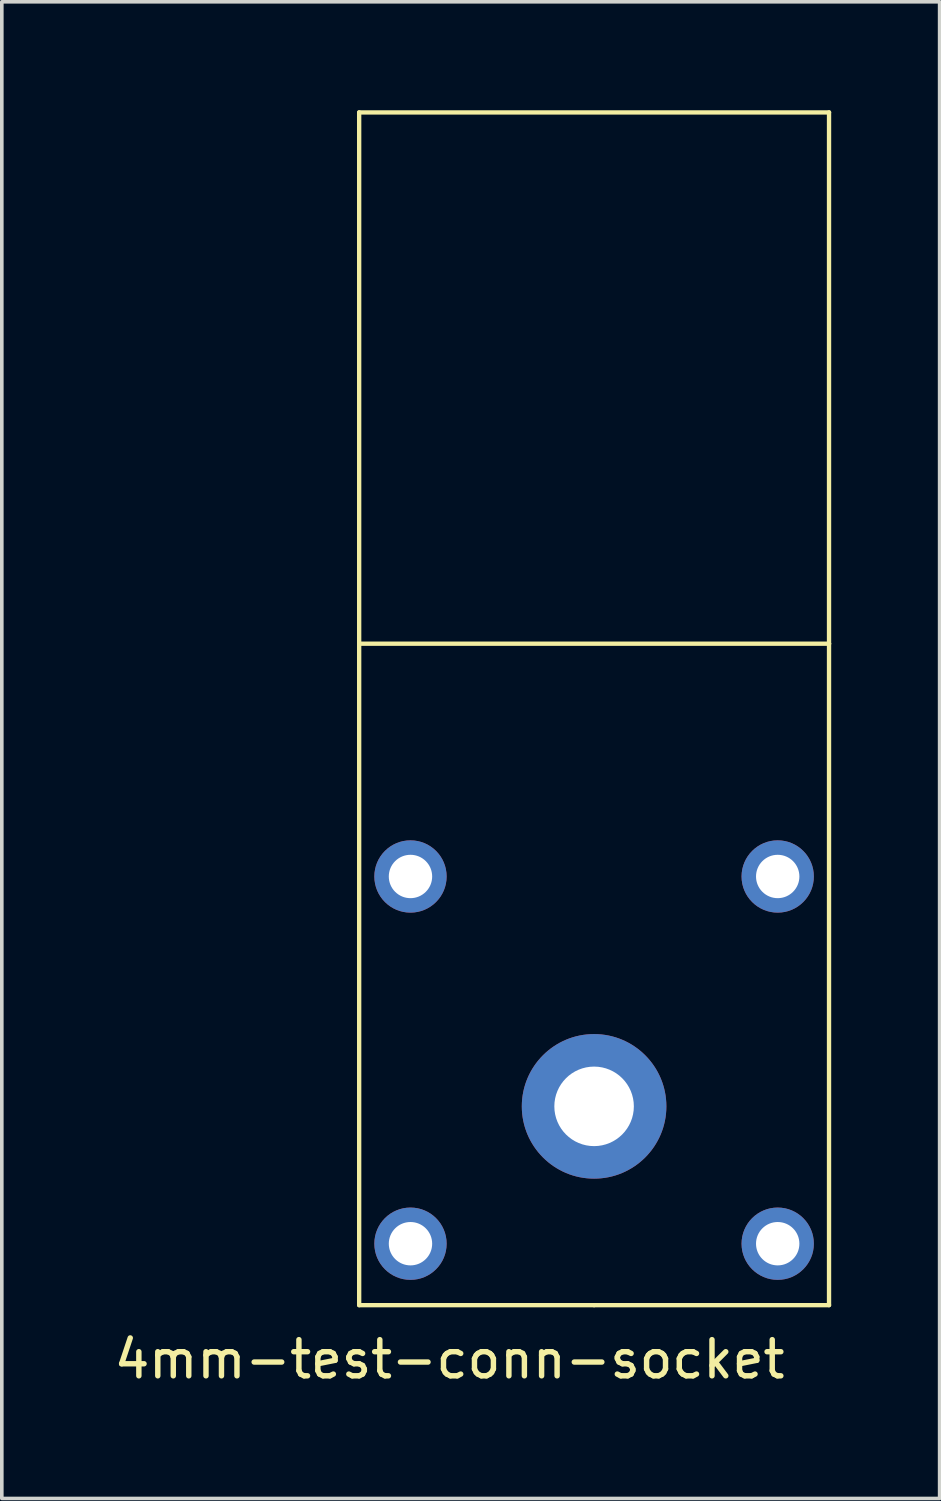
<source format=kicad_pcb>
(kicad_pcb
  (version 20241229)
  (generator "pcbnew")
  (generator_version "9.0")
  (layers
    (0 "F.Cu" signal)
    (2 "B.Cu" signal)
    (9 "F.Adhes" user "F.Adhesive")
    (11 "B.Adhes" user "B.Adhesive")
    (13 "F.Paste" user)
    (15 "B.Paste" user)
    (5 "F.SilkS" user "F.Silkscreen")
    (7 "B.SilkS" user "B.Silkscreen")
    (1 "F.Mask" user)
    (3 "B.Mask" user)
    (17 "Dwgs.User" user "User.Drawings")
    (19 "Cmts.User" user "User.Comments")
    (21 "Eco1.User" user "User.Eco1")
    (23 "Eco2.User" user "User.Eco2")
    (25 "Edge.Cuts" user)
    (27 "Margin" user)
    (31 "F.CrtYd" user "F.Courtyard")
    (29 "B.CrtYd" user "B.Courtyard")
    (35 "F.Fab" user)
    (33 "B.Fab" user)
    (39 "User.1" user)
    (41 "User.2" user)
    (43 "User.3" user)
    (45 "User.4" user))
  (footprint "4mm-test-conn-socket"
    (layer "F.Cu")
    (at 13.387 27.56)
    (property "Reference" "4mm-test-conn-socket" (at -4 7 0) (layer "F.SilkS") (effects (font (size 1 1) (thickness 0.15))))
    (attr through_hole)
    (fp_line (start -6.5 -27.5) (end 6.5 -27.5) (stroke (width 0.12) (type solid)) (layer "F.SilkS"))
    (fp_line (start -6.5 -12.8) (end -6.5 -27.5) (stroke (width 0.12) (type solid)) (layer "F.SilkS"))
    (fp_line (start -6.5 -12.8) (end 6.5 -12.8) (stroke (width 0.12) (type solid)) (layer "F.SilkS"))
    (fp_line (start -6.5 5.5) (end -6.5 -12.8) (stroke (width 0.12) (type solid)) (layer "F.SilkS"))
    (fp_line (start 0 5.5) (end -6.5 5.5) (stroke (width 0.12) (type solid)) (layer "F.SilkS"))
    (fp_line (start 0 5.5) (end 6.5 5.5) (stroke (width 0.12) (type solid)) (layer "F.SilkS"))
    (fp_line (start 6.5 -12.8) (end 6.5 -27.5) (stroke (width 0.12) (type solid)) (layer "F.SilkS"))
    (fp_line (start 6.5 5.5) (end 6.5 -12.8) (stroke (width 0.12) (type solid)) (layer "F.SilkS"))
    (pad "" thru_hole circle (at -5.08 -6.36) (size 2 2) (drill 1.2) (layers "*.Cu" "*.Mask"))
    (pad "" thru_hole circle (at -5.08 3.8) (size 2 2) (drill 1.2) (layers "*.Cu" "*.Mask"))
    (pad "" thru_hole circle (at 5.08 -6.36) (size 2 2) (drill 1.2) (layers "*.Cu" "*.Mask"))
    (pad "" thru_hole circle (at 5.08 3.8) (size 2 2) (drill 1.2) (layers "*.Cu" "*.Mask"))
    (pad "1" thru_hole circle (at 0 0) (size 4 4) (drill 2.2) (layers "*.Cu" "*.Mask")))
  (gr_rect
    (start -3 -3)
    (end 22.947 38.408)
    (stroke (width 0.1) (type default))
    (fill no)
    (layer "Edge.Cuts")))
</source>
